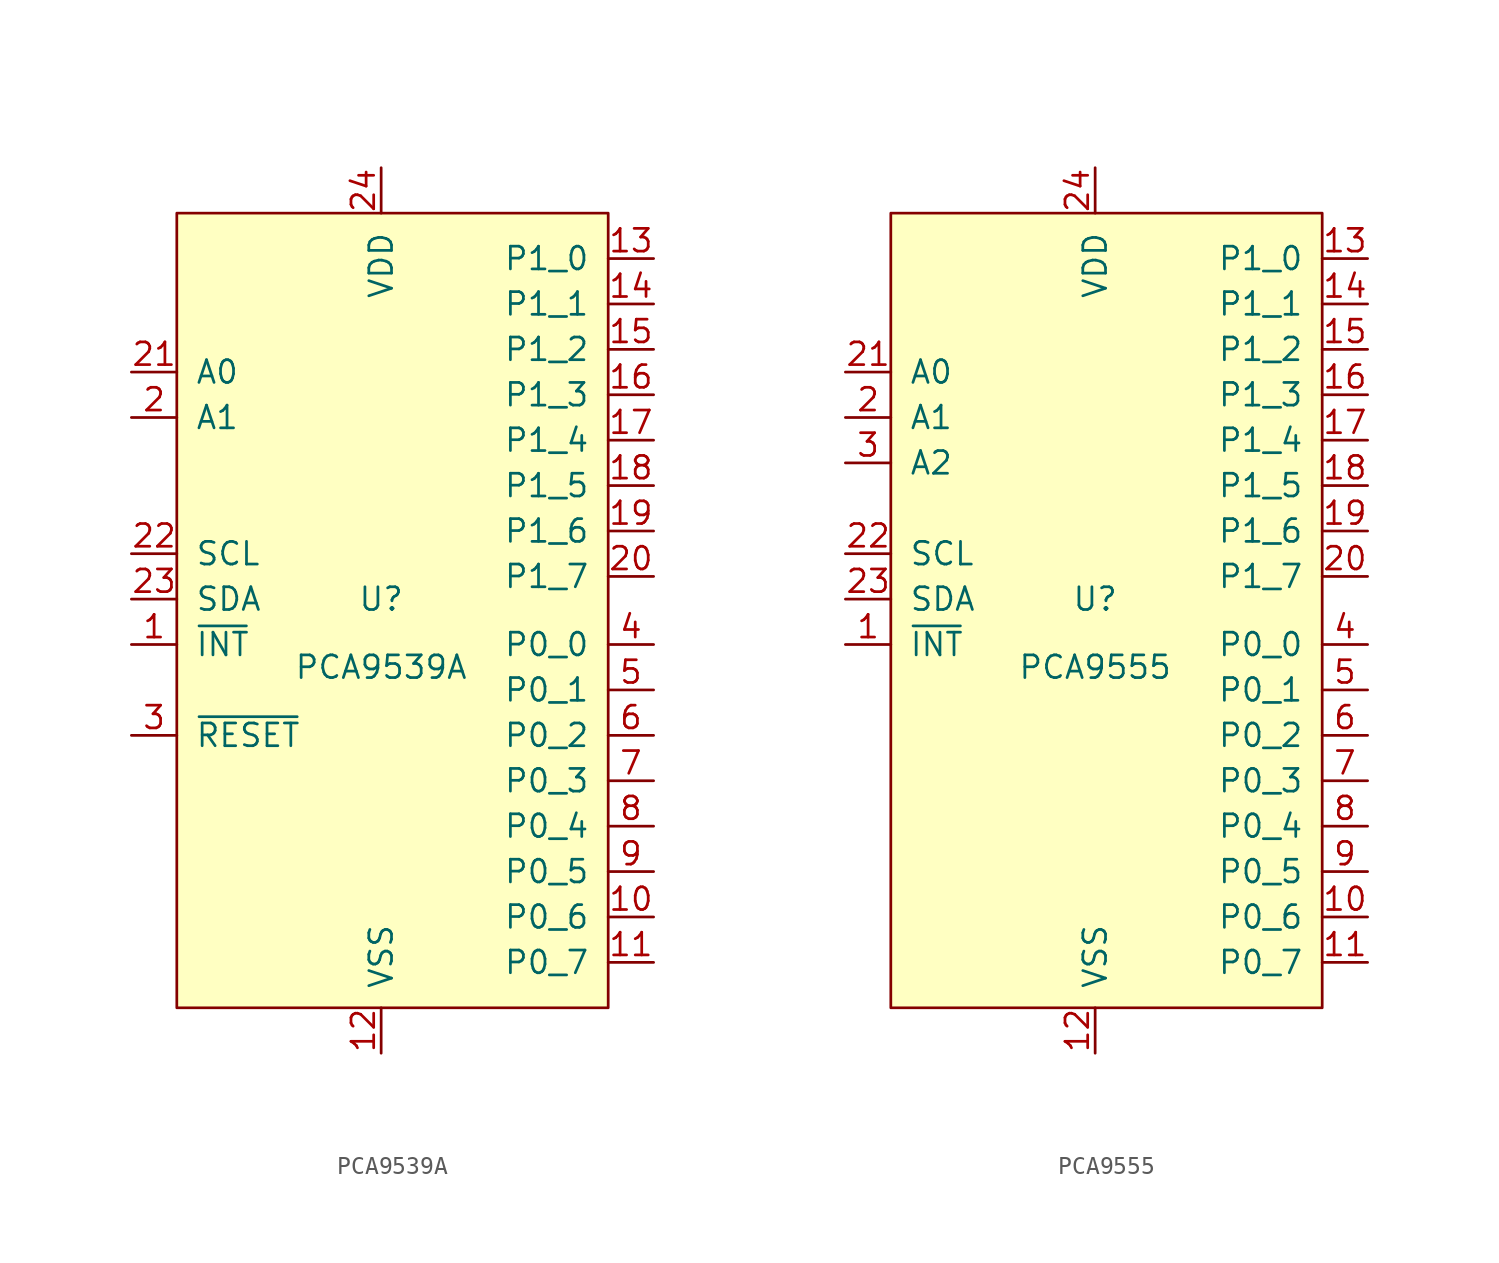
<source format=kicad_sym>
(kicad_symbol_lib
  (version 20201005)
  (generator kicad_symbol_editor)
  (symbol "PCA9539A"
    (pin_names
      (offset 1.016))
    (property "Reference" "U"
      (at 0 0 0)
      (effects (font (size 1.27 1.27))))
    (property "Value" "PCA9539A"
      (at 0 -3.81 0)
      (effects (font (size 1.27 1.27))))
    (symbol "PCA9539A_0_1"
      (rectangle (start 12.7 21.59) (end -11.43 -22.86) (stroke (width 0)) (fill (type background))))
    (symbol "PCA9539A_1_1"
      (pin open_collector line (at -13.97 -2.54 0) (length 2.54) (name "~INT~" (effects (font (size 1.27 1.27)))) (number "1" (effects (font (size 1.27 1.27)))))
      (pin bidirectional line (at 15.24 -17.78 180) (length 2.54) (name "P0_6" (effects (font (size 1.27 1.27)))) (number "10" (effects (font (size 1.27 1.27)))))
      (pin bidirectional line (at 15.24 -20.32 180) (length 2.54) (name "P0_7" (effects (font (size 1.27 1.27)))) (number "11" (effects (font (size 1.27 1.27)))))
      (pin power_in line (at 0 -25.4 90) (length 2.54) (name "VSS" (effects (font (size 1.27 1.27)))) (number "12" (effects (font (size 1.27 1.27)))))
      (pin bidirectional line (at 15.24 19.05 180) (length 2.54) (name "P1_0" (effects (font (size 1.27 1.27)))) (number "13" (effects (font (size 1.27 1.27)))))
      (pin bidirectional line (at 15.24 16.51 180) (length 2.54) (name "P1_1" (effects (font (size 1.27 1.27)))) (number "14" (effects (font (size 1.27 1.27)))))
      (pin bidirectional line (at 15.24 13.97 180) (length 2.54) (name "P1_2" (effects (font (size 1.27 1.27)))) (number "15" (effects (font (size 1.27 1.27)))))
      (pin bidirectional line (at 15.24 11.43 180) (length 2.54) (name "P1_3" (effects (font (size 1.27 1.27)))) (number "16" (effects (font (size 1.27 1.27)))))
      (pin bidirectional line (at 15.24 8.89 180) (length 2.54) (name "P1_4" (effects (font (size 1.27 1.27)))) (number "17" (effects (font (size 1.27 1.27)))))
      (pin bidirectional line (at 15.24 6.35 180) (length 2.54) (name "P1_5" (effects (font (size 1.27 1.27)))) (number "18" (effects (font (size 1.27 1.27)))))
      (pin bidirectional line (at 15.24 3.81 180) (length 2.54) (name "P1_6" (effects (font (size 1.27 1.27)))) (number "19" (effects (font (size 1.27 1.27)))))
      (pin input line (at -13.97 10.16 0) (length 2.54) (name "A1" (effects (font (size 1.27 1.27)))) (number "2" (effects (font (size 1.27 1.27)))))
      (pin bidirectional line (at 15.24 1.27 180) (length 2.54) (name "P1_7" (effects (font (size 1.27 1.27)))) (number "20" (effects (font (size 1.27 1.27)))))
      (pin input line (at -13.97 12.7 0) (length 2.54) (name "A0" (effects (font (size 1.27 1.27)))) (number "21" (effects (font (size 1.27 1.27)))))
      (pin input line (at -13.97 2.54 0) (length 2.54) (name "SCL" (effects (font (size 1.27 1.27)))) (number "22" (effects (font (size 1.27 1.27)))))
      (pin bidirectional line (at -13.97 0 0) (length 2.54) (name "SDA" (effects (font (size 1.27 1.27)))) (number "23" (effects (font (size 1.27 1.27)))))
      (pin power_in line (at 0 24.13 270) (length 2.54) (name "VDD" (effects (font (size 1.27 1.27)))) (number "24" (effects (font (size 1.27 1.27)))))
      (pin input line (at -13.97 -7.62 0) (length 2.54) (name "~RESET~" (effects (font (size 1.27 1.27)))) (number "3" (effects (font (size 1.27 1.27)))))
      (pin bidirectional line (at 15.24 -2.54 180) (length 2.54) (name "P0_0" (effects (font (size 1.27 1.27)))) (number "4" (effects (font (size 1.27 1.27)))))
      (pin bidirectional line (at 15.24 -5.08 180) (length 2.54) (name "P0_1" (effects (font (size 1.27 1.27)))) (number "5" (effects (font (size 1.27 1.27)))))
      (pin bidirectional line (at 15.24 -7.62 180) (length 2.54) (name "P0_2" (effects (font (size 1.27 1.27)))) (number "6" (effects (font (size 1.27 1.27)))))
      (pin bidirectional line (at 15.24 -10.16 180) (length 2.54) (name "P0_3" (effects (font (size 1.27 1.27)))) (number "7" (effects (font (size 1.27 1.27)))))
      (pin bidirectional line (at 15.24 -12.7 180) (length 2.54) (name "P0_4" (effects (font (size 1.27 1.27)))) (number "8" (effects (font (size 1.27 1.27)))))
      (pin bidirectional line (at 15.24 -15.24 180) (length 2.54) (name "P0_5" (effects (font (size 1.27 1.27)))) (number "9" (effects (font (size 1.27 1.27)))))))
  (symbol "PCA9555"
    (pin_names
      (offset 1.016))
    (property "Reference" "U"
      (at 0 0 0)
      (effects (font (size 1.27 1.27))))
    (property "Value" "PCA9555"
      (at 0 -3.81 0)
      (effects (font (size 1.27 1.27))))
    (symbol "PCA9555_0_1"
      (rectangle (start 12.7 21.59) (end -11.43 -22.86) (stroke (width 0)) (fill (type background))))
    (symbol "PCA9555_1_1"
      (pin open_collector line (at -13.97 -2.54 0) (length 2.54) (name "~INT~" (effects (font (size 1.27 1.27)))) (number "1" (effects (font (size 1.27 1.27)))))
      (pin bidirectional line (at 15.24 -17.78 180) (length 2.54) (name "P0_6" (effects (font (size 1.27 1.27)))) (number "10" (effects (font (size 1.27 1.27)))))
      (pin bidirectional line (at 15.24 -20.32 180) (length 2.54) (name "P0_7" (effects (font (size 1.27 1.27)))) (number "11" (effects (font (size 1.27 1.27)))))
      (pin power_in line (at 0 -25.4 90) (length 2.54) (name "VSS" (effects (font (size 1.27 1.27)))) (number "12" (effects (font (size 1.27 1.27)))))
      (pin bidirectional line (at 15.24 19.05 180) (length 2.54) (name "P1_0" (effects (font (size 1.27 1.27)))) (number "13" (effects (font (size 1.27 1.27)))))
      (pin bidirectional line (at 15.24 16.51 180) (length 2.54) (name "P1_1" (effects (font (size 1.27 1.27)))) (number "14" (effects (font (size 1.27 1.27)))))
      (pin bidirectional line (at 15.24 13.97 180) (length 2.54) (name "P1_2" (effects (font (size 1.27 1.27)))) (number "15" (effects (font (size 1.27 1.27)))))
      (pin bidirectional line (at 15.24 11.43 180) (length 2.54) (name "P1_3" (effects (font (size 1.27 1.27)))) (number "16" (effects (font (size 1.27 1.27)))))
      (pin bidirectional line (at 15.24 8.89 180) (length 2.54) (name "P1_4" (effects (font (size 1.27 1.27)))) (number "17" (effects (font (size 1.27 1.27)))))
      (pin bidirectional line (at 15.24 6.35 180) (length 2.54) (name "P1_5" (effects (font (size 1.27 1.27)))) (number "18" (effects (font (size 1.27 1.27)))))
      (pin bidirectional line (at 15.24 3.81 180) (length 2.54) (name "P1_6" (effects (font (size 1.27 1.27)))) (number "19" (effects (font (size 1.27 1.27)))))
      (pin input line (at -13.97 10.16 0) (length 2.54) (name "A1" (effects (font (size 1.27 1.27)))) (number "2" (effects (font (size 1.27 1.27)))))
      (pin bidirectional line (at 15.24 1.27 180) (length 2.54) (name "P1_7" (effects (font (size 1.27 1.27)))) (number "20" (effects (font (size 1.27 1.27)))))
      (pin input line (at -13.97 12.7 0) (length 2.54) (name "A0" (effects (font (size 1.27 1.27)))) (number "21" (effects (font (size 1.27 1.27)))))
      (pin input line (at -13.97 2.54 0) (length 2.54) (name "SCL" (effects (font (size 1.27 1.27)))) (number "22" (effects (font (size 1.27 1.27)))))
      (pin bidirectional line (at -13.97 0 0) (length 2.54) (name "SDA" (effects (font (size 1.27 1.27)))) (number "23" (effects (font (size 1.27 1.27)))))
      (pin power_in line (at 0 24.13 270) (length 2.54) (name "VDD" (effects (font (size 1.27 1.27)))) (number "24" (effects (font (size 1.27 1.27)))))
      (pin input line (at -13.97 7.62 0) (length 2.54) (name "A2" (effects (font (size 1.27 1.27)))) (number "3" (effects (font (size 1.27 1.27)))))
      (pin bidirectional line (at 15.24 -2.54 180) (length 2.54) (name "P0_0" (effects (font (size 1.27 1.27)))) (number "4" (effects (font (size 1.27 1.27)))))
      (pin bidirectional line (at 15.24 -5.08 180) (length 2.54) (name "P0_1" (effects (font (size 1.27 1.27)))) (number "5" (effects (font (size 1.27 1.27)))))
      (pin bidirectional line (at 15.24 -7.62 180) (length 2.54) (name "P0_2" (effects (font (size 1.27 1.27)))) (number "6" (effects (font (size 1.27 1.27)))))
      (pin bidirectional line (at 15.24 -10.16 180) (length 2.54) (name "P0_3" (effects (font (size 1.27 1.27)))) (number "7" (effects (font (size 1.27 1.27)))))
      (pin bidirectional line (at 15.24 -12.7 180) (length 2.54) (name "P0_4" (effects (font (size 1.27 1.27)))) (number "8" (effects (font (size 1.27 1.27)))))
      (pin bidirectional line (at 15.24 -15.24 180) (length 2.54) (name "P0_5" (effects (font (size 1.27 1.27)))) (number "9" (effects (font (size 1.27 1.27))))))))
</source>
